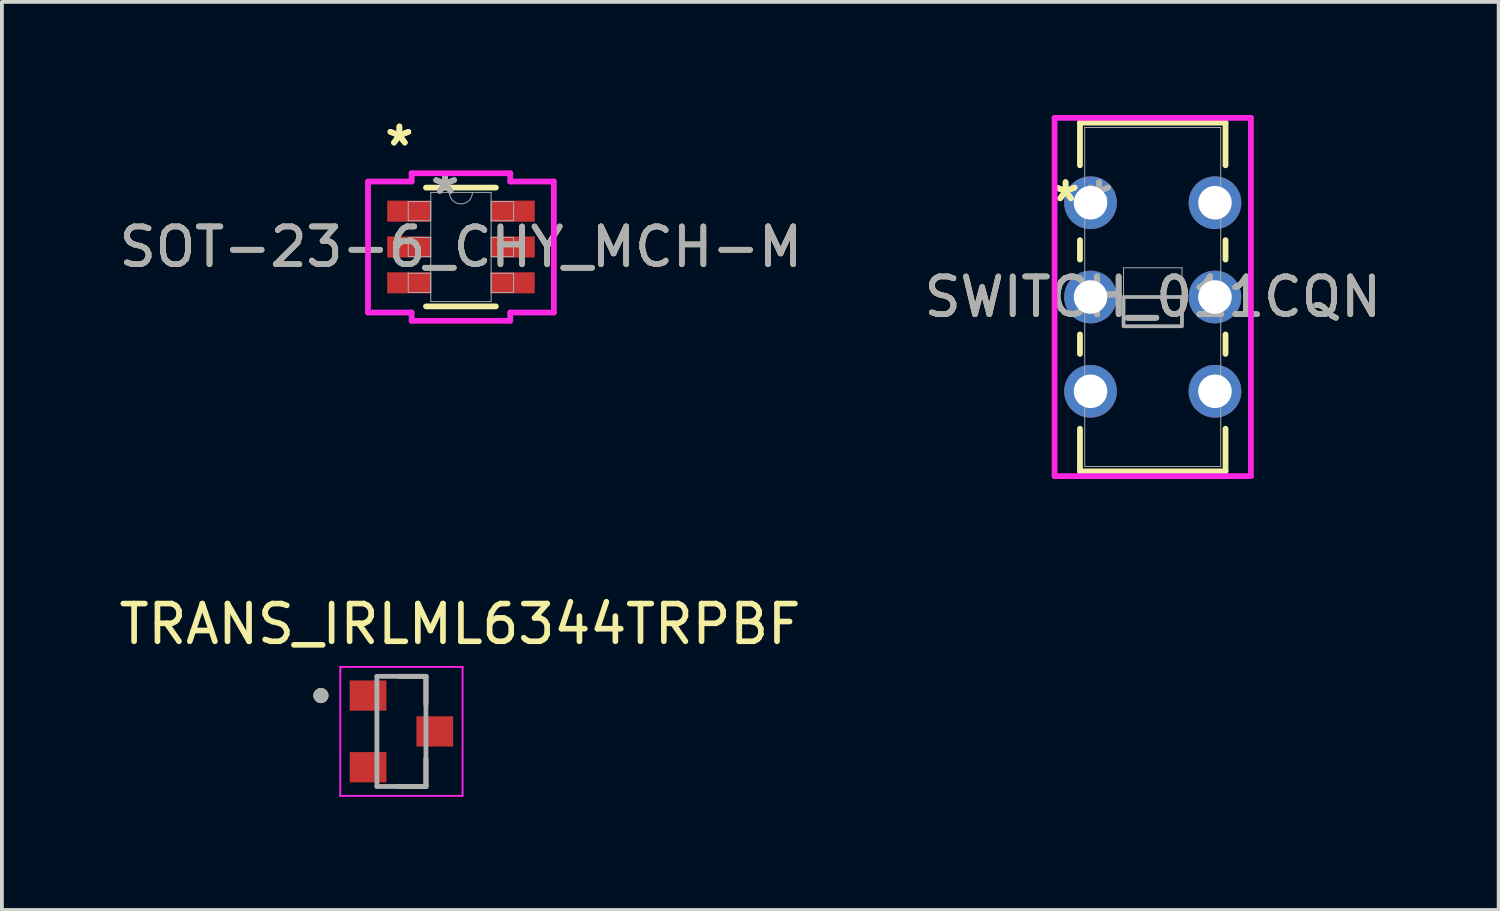
<source format=kicad_pcb>
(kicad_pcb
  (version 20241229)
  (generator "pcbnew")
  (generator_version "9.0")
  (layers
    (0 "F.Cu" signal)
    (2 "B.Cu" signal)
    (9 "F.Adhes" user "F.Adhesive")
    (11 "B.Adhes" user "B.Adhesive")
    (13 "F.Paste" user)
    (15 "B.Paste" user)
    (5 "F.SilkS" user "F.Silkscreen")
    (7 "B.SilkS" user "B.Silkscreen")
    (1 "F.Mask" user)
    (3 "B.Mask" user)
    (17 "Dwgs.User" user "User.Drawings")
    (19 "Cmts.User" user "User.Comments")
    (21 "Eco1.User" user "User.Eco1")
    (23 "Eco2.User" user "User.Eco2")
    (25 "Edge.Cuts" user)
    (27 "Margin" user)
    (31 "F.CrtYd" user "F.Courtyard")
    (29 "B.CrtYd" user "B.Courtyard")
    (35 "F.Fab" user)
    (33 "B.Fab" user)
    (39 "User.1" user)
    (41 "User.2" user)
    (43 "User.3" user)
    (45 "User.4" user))
  (footprint "TRANS_IRLML6344TRPBF"
    (layer "F.Cu")
    (at 7.595 16.345)
    (property "Reference" "TRANS_IRLML6344TRPBF" (at 1.554 -2.845 0) (layer "F.SilkS") (effects (font (size 1 1) (thickness 0.15))))
    (attr smd)
    (fp_line (start -0.079 1.46) (end 0.65 1.46) (stroke (width 0.127) (type solid)) (layer "F.SilkS"))
    (fp_line (start 0.65 -1.46) (end -0.079 -1.46) (stroke (width 0.127) (type solid)) (layer "F.SilkS"))
    (fp_line (start 0.65 -0.721) (end 0.65 -1.46) (stroke (width 0.127) (type solid)) (layer "F.SilkS"))
    (fp_line (start 0.65 1.46) (end 0.65 0.721) (stroke (width 0.127) (type solid)) (layer "F.SilkS"))
    (fp_circle (center -2.135 -0.95) (end -2.035 -0.95) (stroke (width 0.2) (type solid)) (fill no) (layer "F.SilkS"))
    (fp_line (start -1.621 -1.71) (end -1.621 1.71) (stroke (width 0.05) (type solid)) (layer "F.CrtYd"))
    (fp_line (start -1.621 1.71) (end 1.621 1.71) (stroke (width 0.05) (type solid)) (layer "F.CrtYd"))
    (fp_line (start 1.621 -1.71) (end -1.621 -1.71) (stroke (width 0.05) (type solid)) (layer "F.CrtYd"))
    (fp_line (start 1.621 1.71) (end 1.621 -1.71) (stroke (width 0.05) (type solid)) (layer "F.CrtYd"))
    (fp_line (start -0.65 -1.46) (end -0.65 1.46) (stroke (width 0.127) (type solid)) (layer "F.Fab"))
    (fp_line (start -0.65 1.46) (end 0.65 1.46) (stroke (width 0.127) (type solid)) (layer "F.Fab"))
    (fp_line (start 0.65 -1.46) (end -0.65 -1.46) (stroke (width 0.127) (type solid)) (layer "F.Fab"))
    (fp_line (start 0.65 1.46) (end 0.65 -1.46) (stroke (width 0.127) (type solid)) (layer "F.Fab"))
    (fp_circle (center -2.135 -0.95) (end -2.035 -0.95) (stroke (width 0.2) (type solid)) (fill no) (layer "F.Fab"))
    (pad "1" smd rect (at -0.885 -0.95) (size 0.972 0.802) (layers "F.Cu" "F.Mask" "F.Paste"))
    (pad "2" smd rect (at -0.885 0.95) (size 0.972 0.802) (layers "F.Cu" "F.Mask" "F.Paste"))
    (pad "3" smd rect (at 0.885 0) (size 0.972 0.802) (layers "F.Cu" "F.Mask" "F.Paste")))
  (footprint "SWITCH_011CQN"
    (layer "F.Cu")
    (at 25.868 2.326)
    (property "Reference" "SWITCH_011CQN" (at 1.65 2.5 0) (unlocked yes) (layer "F.SilkS") (effects (font (size 1 1) (thickness 0.15))))
    (attr through_hole)
    (fp_line (start -0.28 -2.123) (end -0.28 -0.992) (stroke (width 0.152) (type solid)) (layer "F.SilkS"))
    (fp_line (start -0.28 0.992) (end -0.28 1.508) (stroke (width 0.152) (type solid)) (layer "F.SilkS"))
    (fp_line (start -0.28 3.492) (end -0.28 4.008) (stroke (width 0.152) (type solid)) (layer "F.SilkS"))
    (fp_line (start -0.28 5.992) (end -0.28 7.123) (stroke (width 0.152) (type solid)) (layer "F.SilkS"))
    (fp_line (start -0.28 7.123) (end 3.58 7.123) (stroke (width 0.152) (type solid)) (layer "F.SilkS"))
    (fp_line (start 3.58 -2.123) (end -0.28 -2.123) (stroke (width 0.152) (type solid)) (layer "F.SilkS"))
    (fp_line (start 3.58 -0.992) (end 3.58 -2.123) (stroke (width 0.152) (type solid)) (layer "F.SilkS"))
    (fp_line (start 3.58 1.508) (end 3.58 0.992) (stroke (width 0.152) (type solid)) (layer "F.SilkS"))
    (fp_line (start 3.58 4.008) (end 3.58 3.492) (stroke (width 0.152) (type solid)) (layer "F.SilkS"))
    (fp_line (start 3.58 7.123) (end 3.58 5.992) (stroke (width 0.152) (type solid)) (layer "F.SilkS"))
    (fp_line (start -0.953 -2.25) (end -0.953 7.25) (stroke (width 0.152) (type solid)) (layer "F.CrtYd"))
    (fp_line (start -0.953 7.25) (end 4.253 7.25) (stroke (width 0.152) (type solid)) (layer "F.CrtYd"))
    (fp_line (start 4.253 -2.25) (end -0.953 -2.25) (stroke (width 0.152) (type solid)) (layer "F.CrtYd"))
    (fp_line (start 4.253 7.25) (end 4.253 -2.25) (stroke (width 0.152) (type solid)) (layer "F.CrtYd"))
    (fp_line (start -0.153 -1.996) (end -0.153 6.996) (stroke (width 0.025) (type solid)) (layer "F.Fab"))
    (fp_line (start -0.153 6.996) (end 3.453 6.996) (stroke (width 0.025) (type solid)) (layer "F.Fab"))
    (fp_line (start 0.875 1.725) (end 2.425 1.725) (stroke (width 0.025) (type solid)) (layer "F.Fab"))
    (fp_line (start 0.875 3.275) (end 0.875 1.725) (stroke (width 0.025) (type solid)) (layer "F.Fab"))
    (fp_line (start 2.425 1.725) (end 2.425 3.275) (stroke (width 0.025) (type solid)) (layer "F.Fab"))
    (fp_line (start 2.425 3.275) (end 0.875 3.275) (stroke (width 0.025) (type solid)) (layer "F.Fab"))
    (fp_line (start 3.453 -1.996) (end -0.153 -1.996) (stroke (width 0.025) (type solid)) (layer "F.Fab"))
    (fp_line (start 3.453 6.996) (end 3.453 -1.996) (stroke (width 0.025) (type solid)) (layer "F.Fab"))
    (fp_poly (pts (xy 0.875 3.275) (xy 0.875 2.5) (xy 2.425 2.5) (xy 2.425 3.275)) (stroke (width 0.1) (type solid)) (fill no) (layer "F.Fab"))
    (fp_text user "*" (at -0.661 0 0) (layer "F.SilkS") (effects (font (size 1 1) (thickness 0.15))))
    (fp_text user "*" (at -0.661 0 0) (unlocked yes) (layer "F.SilkS") (effects (font (size 1 1) (thickness 0.15))))
    (fp_text user "*" (at 0.228 0 0) (layer "F.Fab") (effects (font (size 1 1) (thickness 0.15))))
    (fp_text user "${REFERENCE}" (at 1.65 2.5 0) (unlocked yes) (layer "F.Fab") (effects (font (size 1 1) (thickness 0.15))))
    (fp_text user "*" (at 0.228 0 0) (unlocked yes) (layer "F.Fab") (effects (font (size 1 1) (thickness 0.15))))
    (pad "1" thru_hole circle (at 0 0) (size 1.397 1.397) (drill 0.889) (layers "*.Cu" "*.Mask"))
    (pad "2" thru_hole circle (at 0 2.5) (size 1.397 1.397) (drill 0.889) (layers "*.Cu" "*.Mask"))
    (pad "3" thru_hole circle (at 0 5) (size 1.397 1.397) (drill 0.889) (layers "*.Cu" "*.Mask"))
    (pad "4" thru_hole circle (at 3.3 5) (size 1.397 1.397) (drill 0.889) (layers "*.Cu" "*.Mask"))
    (pad "5" thru_hole circle (at 3.3 2.5) (size 1.397 1.397) (drill 0.889) (layers "*.Cu" "*.Mask"))
    (pad "6" thru_hole circle (at 3.3 0) (size 1.397 1.397) (drill 0.889) (layers "*.Cu" "*.Mask")))
  (footprint "SOT-23-6_CHY_MCH-M"
    (layer "F.Cu")
    (at 9.173 3.5)
    (property "Reference" "SOT-23-6_CHY_MCH-M" (at 0 0 0) (unlocked yes) (layer "F.SilkS") (effects (font (size 1 1) (thickness 0.15))))
    (attr smd)
    (fp_line (start -0.927 1.575) (end 0.927 1.575) (stroke (width 0.152) (type solid)) (layer "F.SilkS"))
    (fp_line (start 0.927 -1.575) (end -0.927 -1.575) (stroke (width 0.152) (type solid)) (layer "F.SilkS"))
    (fp_line (start -2.464 -1.737) (end -1.308 -1.737) (stroke (width 0.152) (type solid)) (layer "F.CrtYd"))
    (fp_line (start -2.464 1.737) (end -2.464 -1.737) (stroke (width 0.152) (type solid)) (layer "F.CrtYd"))
    (fp_line (start -2.464 1.737) (end -1.308 1.737) (stroke (width 0.152) (type solid)) (layer "F.CrtYd"))
    (fp_line (start -1.308 -1.956) (end 1.308 -1.956) (stroke (width 0.152) (type solid)) (layer "F.CrtYd"))
    (fp_line (start -1.308 -1.737) (end -1.308 -1.956) (stroke (width 0.152) (type solid)) (layer "F.CrtYd"))
    (fp_line (start -1.308 1.956) (end -1.308 1.737) (stroke (width 0.152) (type solid)) (layer "F.CrtYd"))
    (fp_line (start 1.308 -1.956) (end 1.308 -1.737) (stroke (width 0.152) (type solid)) (layer "F.CrtYd"))
    (fp_line (start 1.308 1.737) (end 1.308 1.956) (stroke (width 0.152) (type solid)) (layer "F.CrtYd"))
    (fp_line (start 1.308 1.956) (end -1.308 1.956) (stroke (width 0.152) (type solid)) (layer "F.CrtYd"))
    (fp_line (start 2.464 -1.737) (end 1.308 -1.737) (stroke (width 0.152) (type solid)) (layer "F.CrtYd"))
    (fp_line (start 2.464 -1.737) (end 2.464 1.737) (stroke (width 0.152) (type solid)) (layer "F.CrtYd"))
    (fp_line (start 2.464 1.737) (end 1.308 1.737) (stroke (width 0.152) (type solid)) (layer "F.CrtYd"))
    (fp_line (start -1.397 -1.204) (end -1.397 -0.696) (stroke (width 0.025) (type solid)) (layer "F.Fab"))
    (fp_line (start -1.397 -0.696) (end -0.8 -0.696) (stroke (width 0.025) (type solid)) (layer "F.Fab"))
    (fp_line (start -1.397 -0.254) (end -1.397 0.254) (stroke (width 0.025) (type solid)) (layer "F.Fab"))
    (fp_line (start -1.397 0.254) (end -0.8 0.254) (stroke (width 0.025) (type solid)) (layer "F.Fab"))
    (fp_line (start -1.397 0.696) (end -1.397 1.204) (stroke (width 0.025) (type solid)) (layer "F.Fab"))
    (fp_line (start -1.397 1.204) (end -0.8 1.204) (stroke (width 0.025) (type solid)) (layer "F.Fab"))
    (fp_line (start -0.8 -1.448) (end -0.8 1.448) (stroke (width 0.025) (type solid)) (layer "F.Fab"))
    (fp_line (start -0.8 -1.204) (end -1.397 -1.204) (stroke (width 0.025) (type solid)) (layer "F.Fab"))
    (fp_line (start -0.8 -0.696) (end -0.8 -1.204) (stroke (width 0.025) (type solid)) (layer "F.Fab"))
    (fp_line (start -0.8 -0.254) (end -1.397 -0.254) (stroke (width 0.025) (type solid)) (layer "F.Fab"))
    (fp_line (start -0.8 0.254) (end -0.8 -0.254) (stroke (width 0.025) (type solid)) (layer "F.Fab"))
    (fp_line (start -0.8 0.696) (end -1.397 0.696) (stroke (width 0.025) (type solid)) (layer "F.Fab"))
    (fp_line (start -0.8 1.204) (end -0.8 0.696) (stroke (width 0.025) (type solid)) (layer "F.Fab"))
    (fp_line (start -0.8 1.448) (end 0.8 1.448) (stroke (width 0.025) (type solid)) (layer "F.Fab"))
    (fp_line (start 0.8 -1.448) (end -0.8 -1.448) (stroke (width 0.025) (type solid)) (layer "F.Fab"))
    (fp_line (start 0.8 -1.204) (end 0.8 -0.696) (stroke (width 0.025) (type solid)) (layer "F.Fab"))
    (fp_line (start 0.8 -0.696) (end 1.397 -0.696) (stroke (width 0.025) (type solid)) (layer "F.Fab"))
    (fp_line (start 0.8 -0.254) (end 0.8 0.254) (stroke (width 0.025) (type solid)) (layer "F.Fab"))
    (fp_line (start 0.8 0.254) (end 1.397 0.254) (stroke (width 0.025) (type solid)) (layer "F.Fab"))
    (fp_line (start 0.8 0.696) (end 0.8 1.204) (stroke (width 0.025) (type solid)) (layer "F.Fab"))
    (fp_line (start 0.8 1.204) (end 1.397 1.204) (stroke (width 0.025) (type solid)) (layer "F.Fab"))
    (fp_line (start 0.8 1.448) (end 0.8 -1.448) (stroke (width 0.025) (type solid)) (layer "F.Fab"))
    (fp_line (start 1.397 -1.204) (end 0.8 -1.204) (stroke (width 0.025) (type solid)) (layer "F.Fab"))
    (fp_line (start 1.397 -0.696) (end 1.397 -1.204) (stroke (width 0.025) (type solid)) (layer "F.Fab"))
    (fp_line (start 1.397 -0.254) (end 0.8 -0.254) (stroke (width 0.025) (type solid)) (layer "F.Fab"))
    (fp_line (start 1.397 0.254) (end 1.397 -0.254) (stroke (width 0.025) (type solid)) (layer "F.Fab"))
    (fp_line (start 1.397 0.696) (end 0.8 0.696) (stroke (width 0.025) (type solid)) (layer "F.Fab"))
    (fp_line (start 1.397 1.204) (end 1.397 0.696) (stroke (width 0.025) (type solid)) (layer "F.Fab"))
    (fp_arc (start 0.3048 -1.4478) (mid 0 -1.143) (end -0.3048 -1.4478) (stroke (width 0.0254) (type solid)) (layer "F.Fab"))
    (fp_text user "*" (at -1.632 -2.652 0) (layer "F.SilkS") (effects (font (size 1 1) (thickness 0.15))))
    (fp_text user "*" (at -1.632 -2.652 0) (unlocked yes) (layer "F.SilkS") (effects (font (size 1 1) (thickness 0.15))))
    (fp_text user "*" (at -0.419 -1.372 0) (unlocked yes) (layer "F.Fab") (effects (font (size 1 1) (thickness 0.15))))
    (fp_text user "${REFERENCE}" (at 0 0 0) (unlocked yes) (layer "F.Fab") (effects (font (size 1 1) (thickness 0.15))))
    (fp_text user "*" (at -0.419 -1.372 0) (layer "F.Fab") (effects (font (size 1 1) (thickness 0.15))))
    (pad "1" smd rect (at -1.378 -0.95) (size 1.156 0.559) (layers "F.Cu" "F.Mask" "F.Paste"))
    (pad "2" smd rect (at -1.378 0) (size 1.156 0.559) (layers "F.Cu" "F.Mask" "F.Paste"))
    (pad "3" smd rect (at -1.378 0.95) (size 1.156 0.559) (layers "F.Cu" "F.Mask" "F.Paste"))
    (pad "4" smd rect (at 1.378 0.95) (size 1.156 0.559) (layers "F.Cu" "F.Mask" "F.Paste"))
    (pad "5" smd rect (at 1.378 0) (size 1.156 0.559) (layers "F.Cu" "F.Mask" "F.Paste"))
    (pad "6" smd rect (at 1.378 -0.95) (size 1.156 0.559) (layers "F.Cu" "F.Mask" "F.Paste")))
  (gr_rect
    (start -3 -3)
    (end 36.69 21.08)
    (stroke (width 0.1) (type default))
    (fill no)
    (layer "Edge.Cuts")))
</source>
